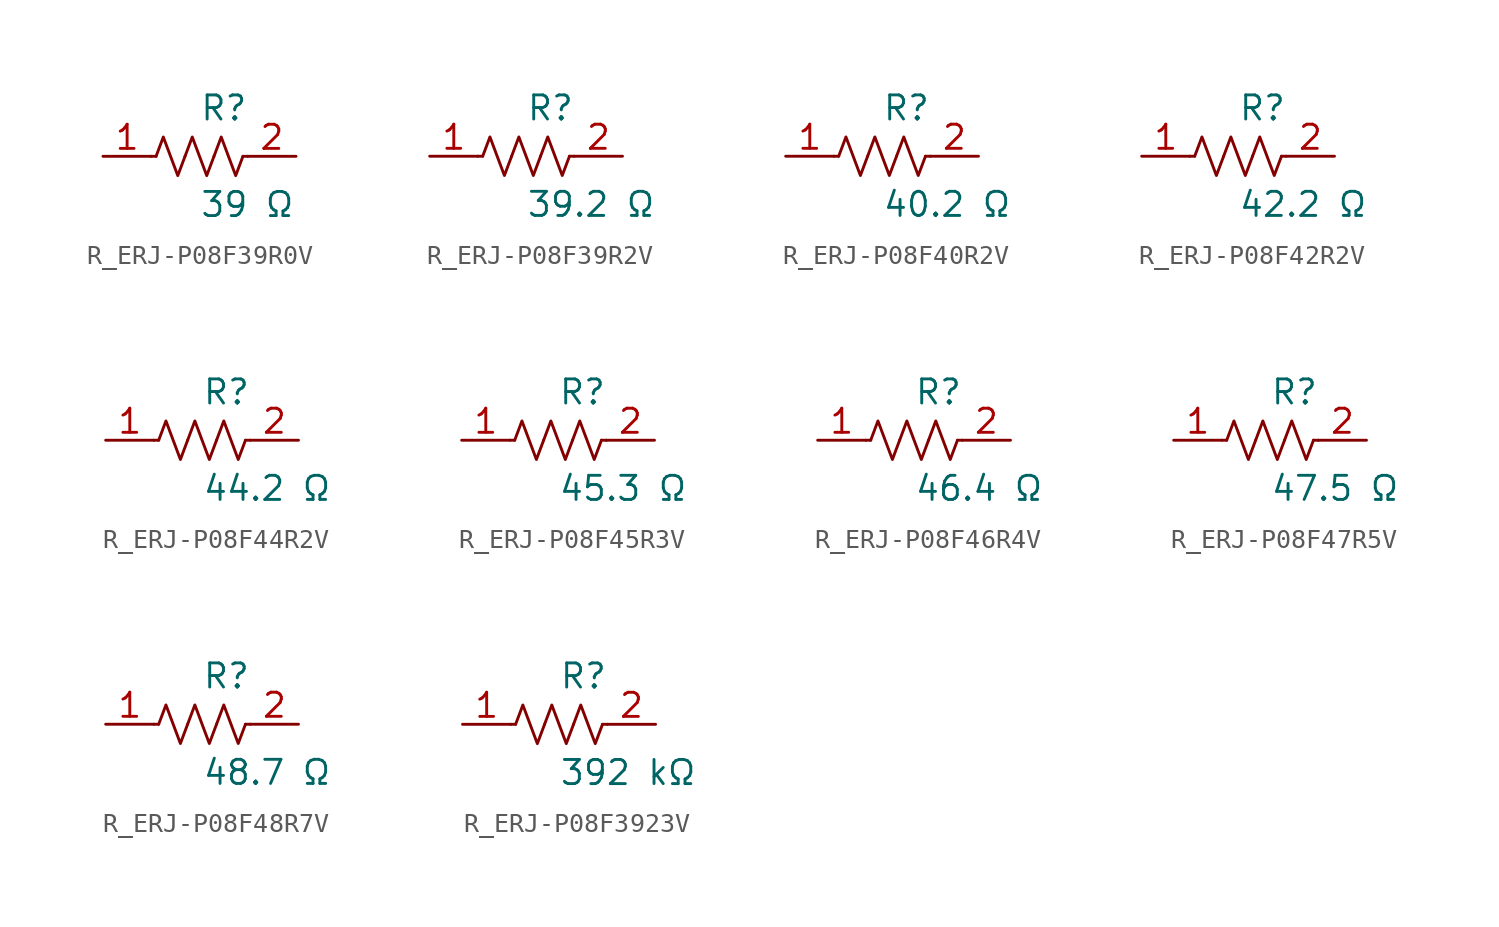
<source format=kicad_sym>
(kicad_symbol_lib
  (version 20231120)
  (generator kicad_symbol_editor)
  (generator_version 8.0)
  (symbol "R_ERJ-P08F39R0V"
    (pin_names
      (offset 0.254))
    (property "Reference" "R"
      (at 0.0 2.54 0)
      (effects (font (size 1.27 1.27)) (justify left)))
    (property "Value" "39 Ω"
      (at 0.0 -2.54 0)
      (effects (font (size 1.27 1.27)) (justify left)))
    (symbol "R_ERJ-P08F39R0V_0_1"
      (polyline (pts (xy 2.286 0) (xy 2.54 0)) (stroke (width 0) (type default)) (fill (type none)))
      (polyline (pts (xy -2.286 0) (xy -2.54 0)) (stroke (width 0) (type default)) (fill (type none)))
      (polyline (pts (xy 0.762 0) (xy 1.143 1.016) (xy 1.524 0) (xy 1.905 -1.016) (xy 2.286 0)) (stroke (width 0) (type default)) (fill (type none)))
      (polyline (pts (xy -0.762 0) (xy -0.381 1.016) (xy 0 0) (xy 0.381 -1.016) (xy 0.762 0)) (stroke (width 0) (type default)) (fill (type none)))
      (polyline (pts (xy -2.286 0) (xy -1.905 1.016) (xy -1.524 0) (xy -1.143 -1.016) (xy -0.762 0)) (stroke (width 0) (type default)) (fill (type none))))
    (pin unspecified line
      (at -5.08 0 0)
      (length 2.54)
      (name "" (effects (font (size 1.27 1.27))))
      (number "1" (effects (font (size 1.27 1.27)))))
    (pin unspecified line
      (at 5.08 0 180)
      (length 2.54)
      (name "" (effects (font (size 1.27 1.27))))
      (number "2" (effects (font (size 1.27 1.27))))))
  (symbol "R_ERJ-P08F39R2V"
    (pin_names
      (offset 0.254))
    (property "Reference" "R"
      (at 0.0 2.54 0)
      (effects (font (size 1.27 1.27)) (justify left)))
    (property "Value" "39.2 Ω"
      (at 0.0 -2.54 0)
      (effects (font (size 1.27 1.27)) (justify left)))
    (symbol "R_ERJ-P08F39R2V_0_1"
      (polyline (pts (xy 2.286 0) (xy 2.54 0)) (stroke (width 0) (type default)) (fill (type none)))
      (polyline (pts (xy -2.286 0) (xy -2.54 0)) (stroke (width 0) (type default)) (fill (type none)))
      (polyline (pts (xy 0.762 0) (xy 1.143 1.016) (xy 1.524 0) (xy 1.905 -1.016) (xy 2.286 0)) (stroke (width 0) (type default)) (fill (type none)))
      (polyline (pts (xy -0.762 0) (xy -0.381 1.016) (xy 0 0) (xy 0.381 -1.016) (xy 0.762 0)) (stroke (width 0) (type default)) (fill (type none)))
      (polyline (pts (xy -2.286 0) (xy -1.905 1.016) (xy -1.524 0) (xy -1.143 -1.016) (xy -0.762 0)) (stroke (width 0) (type default)) (fill (type none))))
    (pin unspecified line
      (at -5.08 0 0)
      (length 2.54)
      (name "" (effects (font (size 1.27 1.27))))
      (number "1" (effects (font (size 1.27 1.27)))))
    (pin unspecified line
      (at 5.08 0 180)
      (length 2.54)
      (name "" (effects (font (size 1.27 1.27))))
      (number "2" (effects (font (size 1.27 1.27))))))
  (symbol "R_ERJ-P08F40R2V"
    (pin_names
      (offset 0.254))
    (property "Reference" "R"
      (at 0.0 2.54 0)
      (effects (font (size 1.27 1.27)) (justify left)))
    (property "Value" "40.2 Ω"
      (at 0.0 -2.54 0)
      (effects (font (size 1.27 1.27)) (justify left)))
    (symbol "R_ERJ-P08F40R2V_0_1"
      (polyline (pts (xy 2.286 0) (xy 2.54 0)) (stroke (width 0) (type default)) (fill (type none)))
      (polyline (pts (xy -2.286 0) (xy -2.54 0)) (stroke (width 0) (type default)) (fill (type none)))
      (polyline (pts (xy 0.762 0) (xy 1.143 1.016) (xy 1.524 0) (xy 1.905 -1.016) (xy 2.286 0)) (stroke (width 0) (type default)) (fill (type none)))
      (polyline (pts (xy -0.762 0) (xy -0.381 1.016) (xy 0 0) (xy 0.381 -1.016) (xy 0.762 0)) (stroke (width 0) (type default)) (fill (type none)))
      (polyline (pts (xy -2.286 0) (xy -1.905 1.016) (xy -1.524 0) (xy -1.143 -1.016) (xy -0.762 0)) (stroke (width 0) (type default)) (fill (type none))))
    (pin unspecified line
      (at -5.08 0 0)
      (length 2.54)
      (name "" (effects (font (size 1.27 1.27))))
      (number "1" (effects (font (size 1.27 1.27)))))
    (pin unspecified line
      (at 5.08 0 180)
      (length 2.54)
      (name "" (effects (font (size 1.27 1.27))))
      (number "2" (effects (font (size 1.27 1.27))))))
  (symbol "R_ERJ-P08F42R2V"
    (pin_names
      (offset 0.254))
    (property "Reference" "R"
      (at 0.0 2.54 0)
      (effects (font (size 1.27 1.27)) (justify left)))
    (property "Value" "42.2 Ω"
      (at 0.0 -2.54 0)
      (effects (font (size 1.27 1.27)) (justify left)))
    (symbol "R_ERJ-P08F42R2V_0_1"
      (polyline (pts (xy 2.286 0) (xy 2.54 0)) (stroke (width 0) (type default)) (fill (type none)))
      (polyline (pts (xy -2.286 0) (xy -2.54 0)) (stroke (width 0) (type default)) (fill (type none)))
      (polyline (pts (xy 0.762 0) (xy 1.143 1.016) (xy 1.524 0) (xy 1.905 -1.016) (xy 2.286 0)) (stroke (width 0) (type default)) (fill (type none)))
      (polyline (pts (xy -0.762 0) (xy -0.381 1.016) (xy 0 0) (xy 0.381 -1.016) (xy 0.762 0)) (stroke (width 0) (type default)) (fill (type none)))
      (polyline (pts (xy -2.286 0) (xy -1.905 1.016) (xy -1.524 0) (xy -1.143 -1.016) (xy -0.762 0)) (stroke (width 0) (type default)) (fill (type none))))
    (pin unspecified line
      (at -5.08 0 0)
      (length 2.54)
      (name "" (effects (font (size 1.27 1.27))))
      (number "1" (effects (font (size 1.27 1.27)))))
    (pin unspecified line
      (at 5.08 0 180)
      (length 2.54)
      (name "" (effects (font (size 1.27 1.27))))
      (number "2" (effects (font (size 1.27 1.27))))))
  (symbol "R_ERJ-P08F44R2V"
    (pin_names
      (offset 0.254))
    (property "Reference" "R"
      (at 0.0 2.54 0)
      (effects (font (size 1.27 1.27)) (justify left)))
    (property "Value" "44.2 Ω"
      (at 0.0 -2.54 0)
      (effects (font (size 1.27 1.27)) (justify left)))
    (symbol "R_ERJ-P08F44R2V_0_1"
      (polyline (pts (xy 2.286 0) (xy 2.54 0)) (stroke (width 0) (type default)) (fill (type none)))
      (polyline (pts (xy -2.286 0) (xy -2.54 0)) (stroke (width 0) (type default)) (fill (type none)))
      (polyline (pts (xy 0.762 0) (xy 1.143 1.016) (xy 1.524 0) (xy 1.905 -1.016) (xy 2.286 0)) (stroke (width 0) (type default)) (fill (type none)))
      (polyline (pts (xy -0.762 0) (xy -0.381 1.016) (xy 0 0) (xy 0.381 -1.016) (xy 0.762 0)) (stroke (width 0) (type default)) (fill (type none)))
      (polyline (pts (xy -2.286 0) (xy -1.905 1.016) (xy -1.524 0) (xy -1.143 -1.016) (xy -0.762 0)) (stroke (width 0) (type default)) (fill (type none))))
    (pin unspecified line
      (at -5.08 0 0)
      (length 2.54)
      (name "" (effects (font (size 1.27 1.27))))
      (number "1" (effects (font (size 1.27 1.27)))))
    (pin unspecified line
      (at 5.08 0 180)
      (length 2.54)
      (name "" (effects (font (size 1.27 1.27))))
      (number "2" (effects (font (size 1.27 1.27))))))
  (symbol "R_ERJ-P08F45R3V"
    (pin_names
      (offset 0.254))
    (property "Reference" "R"
      (at 0.0 2.54 0)
      (effects (font (size 1.27 1.27)) (justify left)))
    (property "Value" "45.3 Ω"
      (at 0.0 -2.54 0)
      (effects (font (size 1.27 1.27)) (justify left)))
    (symbol "R_ERJ-P08F45R3V_0_1"
      (polyline (pts (xy 2.286 0) (xy 2.54 0)) (stroke (width 0) (type default)) (fill (type none)))
      (polyline (pts (xy -2.286 0) (xy -2.54 0)) (stroke (width 0) (type default)) (fill (type none)))
      (polyline (pts (xy 0.762 0) (xy 1.143 1.016) (xy 1.524 0) (xy 1.905 -1.016) (xy 2.286 0)) (stroke (width 0) (type default)) (fill (type none)))
      (polyline (pts (xy -0.762 0) (xy -0.381 1.016) (xy 0 0) (xy 0.381 -1.016) (xy 0.762 0)) (stroke (width 0) (type default)) (fill (type none)))
      (polyline (pts (xy -2.286 0) (xy -1.905 1.016) (xy -1.524 0) (xy -1.143 -1.016) (xy -0.762 0)) (stroke (width 0) (type default)) (fill (type none))))
    (pin unspecified line
      (at -5.08 0 0)
      (length 2.54)
      (name "" (effects (font (size 1.27 1.27))))
      (number "1" (effects (font (size 1.27 1.27)))))
    (pin unspecified line
      (at 5.08 0 180)
      (length 2.54)
      (name "" (effects (font (size 1.27 1.27))))
      (number "2" (effects (font (size 1.27 1.27))))))
  (symbol "R_ERJ-P08F46R4V"
    (pin_names
      (offset 0.254))
    (property "Reference" "R"
      (at 0.0 2.54 0)
      (effects (font (size 1.27 1.27)) (justify left)))
    (property "Value" "46.4 Ω"
      (at 0.0 -2.54 0)
      (effects (font (size 1.27 1.27)) (justify left)))
    (symbol "R_ERJ-P08F46R4V_0_1"
      (polyline (pts (xy 2.286 0) (xy 2.54 0)) (stroke (width 0) (type default)) (fill (type none)))
      (polyline (pts (xy -2.286 0) (xy -2.54 0)) (stroke (width 0) (type default)) (fill (type none)))
      (polyline (pts (xy 0.762 0) (xy 1.143 1.016) (xy 1.524 0) (xy 1.905 -1.016) (xy 2.286 0)) (stroke (width 0) (type default)) (fill (type none)))
      (polyline (pts (xy -0.762 0) (xy -0.381 1.016) (xy 0 0) (xy 0.381 -1.016) (xy 0.762 0)) (stroke (width 0) (type default)) (fill (type none)))
      (polyline (pts (xy -2.286 0) (xy -1.905 1.016) (xy -1.524 0) (xy -1.143 -1.016) (xy -0.762 0)) (stroke (width 0) (type default)) (fill (type none))))
    (pin unspecified line
      (at -5.08 0 0)
      (length 2.54)
      (name "" (effects (font (size 1.27 1.27))))
      (number "1" (effects (font (size 1.27 1.27)))))
    (pin unspecified line
      (at 5.08 0 180)
      (length 2.54)
      (name "" (effects (font (size 1.27 1.27))))
      (number "2" (effects (font (size 1.27 1.27))))))
  (symbol "R_ERJ-P08F47R5V"
    (pin_names
      (offset 0.254))
    (property "Reference" "R"
      (at 0.0 2.54 0)
      (effects (font (size 1.27 1.27)) (justify left)))
    (property "Value" "47.5 Ω"
      (at 0.0 -2.54 0)
      (effects (font (size 1.27 1.27)) (justify left)))
    (symbol "R_ERJ-P08F47R5V_0_1"
      (polyline (pts (xy 2.286 0) (xy 2.54 0)) (stroke (width 0) (type default)) (fill (type none)))
      (polyline (pts (xy -2.286 0) (xy -2.54 0)) (stroke (width 0) (type default)) (fill (type none)))
      (polyline (pts (xy 0.762 0) (xy 1.143 1.016) (xy 1.524 0) (xy 1.905 -1.016) (xy 2.286 0)) (stroke (width 0) (type default)) (fill (type none)))
      (polyline (pts (xy -0.762 0) (xy -0.381 1.016) (xy 0 0) (xy 0.381 -1.016) (xy 0.762 0)) (stroke (width 0) (type default)) (fill (type none)))
      (polyline (pts (xy -2.286 0) (xy -1.905 1.016) (xy -1.524 0) (xy -1.143 -1.016) (xy -0.762 0)) (stroke (width 0) (type default)) (fill (type none))))
    (pin unspecified line
      (at -5.08 0 0)
      (length 2.54)
      (name "" (effects (font (size 1.27 1.27))))
      (number "1" (effects (font (size 1.27 1.27)))))
    (pin unspecified line
      (at 5.08 0 180)
      (length 2.54)
      (name "" (effects (font (size 1.27 1.27))))
      (number "2" (effects (font (size 1.27 1.27))))))
  (symbol "R_ERJ-P08F48R7V"
    (pin_names
      (offset 0.254))
    (property "Reference" "R"
      (at 0.0 2.54 0)
      (effects (font (size 1.27 1.27)) (justify left)))
    (property "Value" "48.7 Ω"
      (at 0.0 -2.54 0)
      (effects (font (size 1.27 1.27)) (justify left)))
    (symbol "R_ERJ-P08F48R7V_0_1"
      (polyline (pts (xy 2.286 0) (xy 2.54 0)) (stroke (width 0) (type default)) (fill (type none)))
      (polyline (pts (xy -2.286 0) (xy -2.54 0)) (stroke (width 0) (type default)) (fill (type none)))
      (polyline (pts (xy 0.762 0) (xy 1.143 1.016) (xy 1.524 0) (xy 1.905 -1.016) (xy 2.286 0)) (stroke (width 0) (type default)) (fill (type none)))
      (polyline (pts (xy -0.762 0) (xy -0.381 1.016) (xy 0 0) (xy 0.381 -1.016) (xy 0.762 0)) (stroke (width 0) (type default)) (fill (type none)))
      (polyline (pts (xy -2.286 0) (xy -1.905 1.016) (xy -1.524 0) (xy -1.143 -1.016) (xy -0.762 0)) (stroke (width 0) (type default)) (fill (type none))))
    (pin unspecified line
      (at -5.08 0 0)
      (length 2.54)
      (name "" (effects (font (size 1.27 1.27))))
      (number "1" (effects (font (size 1.27 1.27)))))
    (pin unspecified line
      (at 5.08 0 180)
      (length 2.54)
      (name "" (effects (font (size 1.27 1.27))))
      (number "2" (effects (font (size 1.27 1.27))))))
  (symbol "R_ERJ-P08F3923V"
    (pin_names
      (offset 0.254))
    (property "Reference" "R"
      (at 0.0 2.54 0)
      (effects (font (size 1.27 1.27)) (justify left)))
    (property "Value" "392 kΩ"
      (at 0.0 -2.54 0)
      (effects (font (size 1.27 1.27)) (justify left)))
    (symbol "R_ERJ-P08F3923V_0_1"
      (polyline (pts (xy 2.286 0) (xy 2.54 0)) (stroke (width 0) (type default)) (fill (type none)))
      (polyline (pts (xy -2.286 0) (xy -2.54 0)) (stroke (width 0) (type default)) (fill (type none)))
      (polyline (pts (xy 0.762 0) (xy 1.143 1.016) (xy 1.524 0) (xy 1.905 -1.016) (xy 2.286 0)) (stroke (width 0) (type default)) (fill (type none)))
      (polyline (pts (xy -0.762 0) (xy -0.381 1.016) (xy 0 0) (xy 0.381 -1.016) (xy 0.762 0)) (stroke (width 0) (type default)) (fill (type none)))
      (polyline (pts (xy -2.286 0) (xy -1.905 1.016) (xy -1.524 0) (xy -1.143 -1.016) (xy -0.762 0)) (stroke (width 0) (type default)) (fill (type none))))
    (pin unspecified line
      (at -5.08 0 0)
      (length 2.54)
      (name "" (effects (font (size 1.27 1.27))))
      (number "1" (effects (font (size 1.27 1.27)))))
    (pin unspecified line
      (at 5.08 0 180)
      (length 2.54)
      (name "" (effects (font (size 1.27 1.27))))
      (number "2" (effects (font (size 1.27 1.27)))))))
</source>
